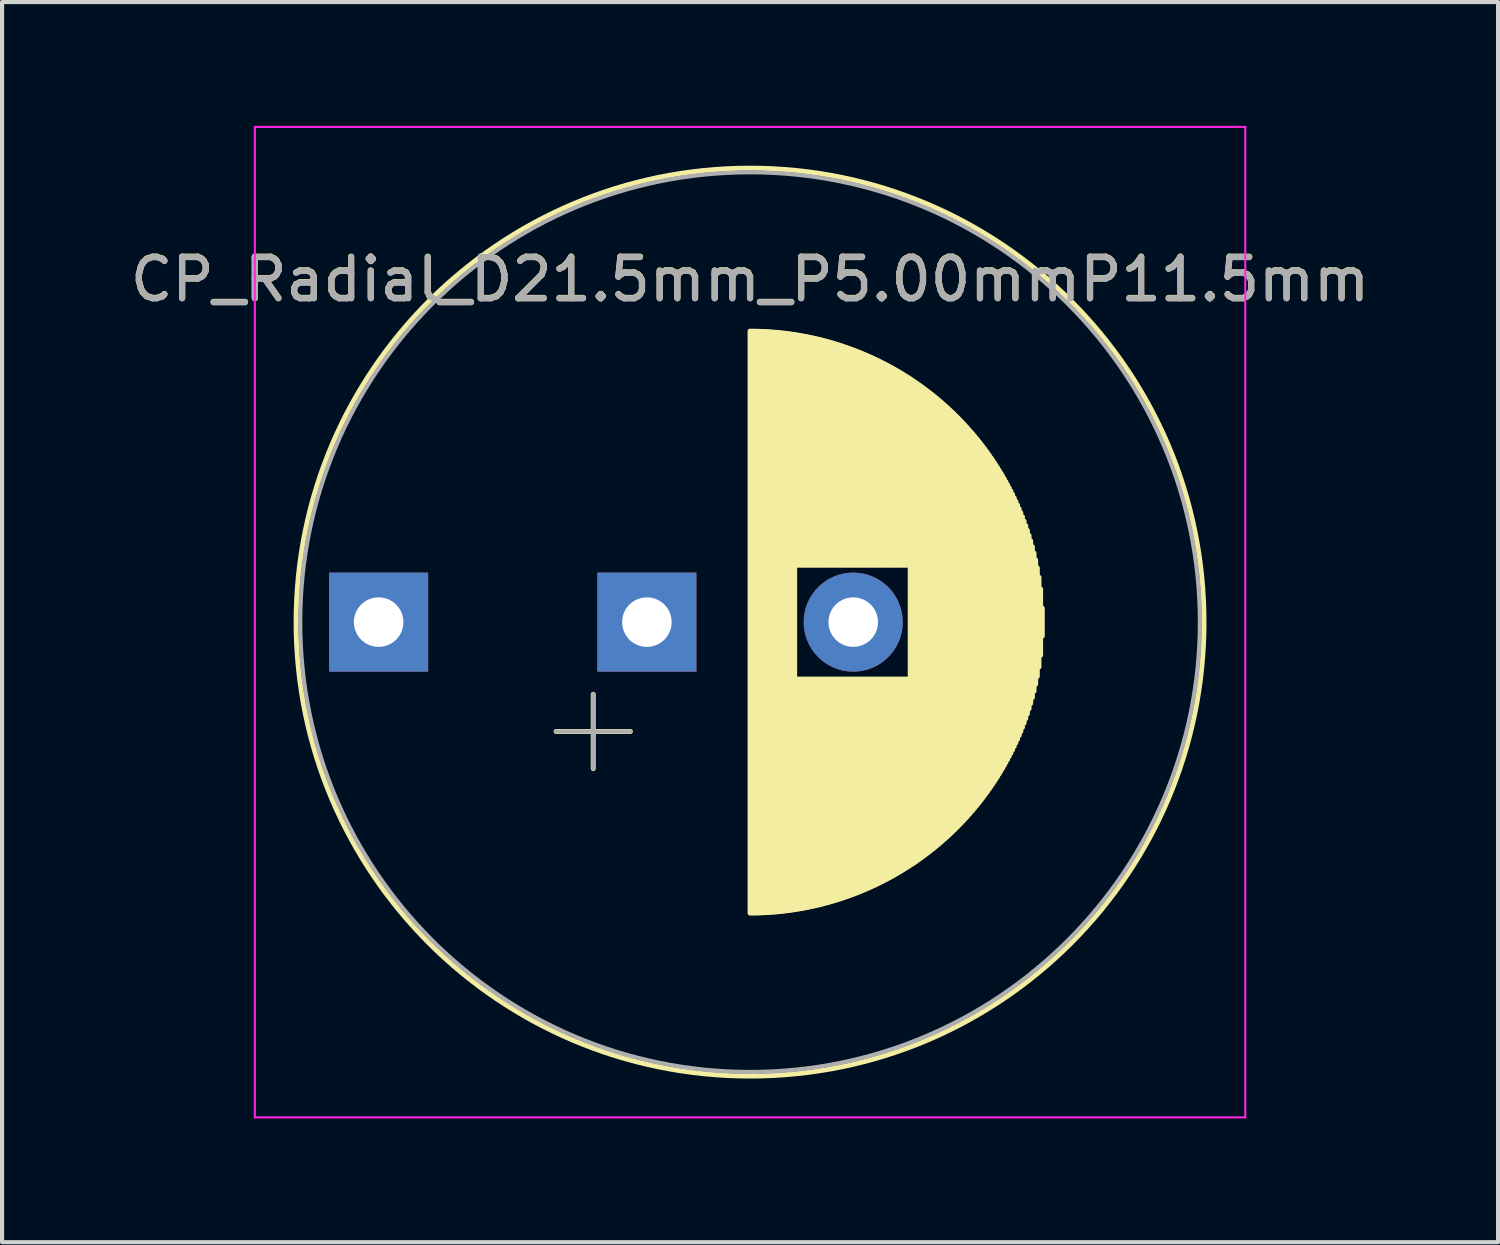
<source format=kicad_pcb>
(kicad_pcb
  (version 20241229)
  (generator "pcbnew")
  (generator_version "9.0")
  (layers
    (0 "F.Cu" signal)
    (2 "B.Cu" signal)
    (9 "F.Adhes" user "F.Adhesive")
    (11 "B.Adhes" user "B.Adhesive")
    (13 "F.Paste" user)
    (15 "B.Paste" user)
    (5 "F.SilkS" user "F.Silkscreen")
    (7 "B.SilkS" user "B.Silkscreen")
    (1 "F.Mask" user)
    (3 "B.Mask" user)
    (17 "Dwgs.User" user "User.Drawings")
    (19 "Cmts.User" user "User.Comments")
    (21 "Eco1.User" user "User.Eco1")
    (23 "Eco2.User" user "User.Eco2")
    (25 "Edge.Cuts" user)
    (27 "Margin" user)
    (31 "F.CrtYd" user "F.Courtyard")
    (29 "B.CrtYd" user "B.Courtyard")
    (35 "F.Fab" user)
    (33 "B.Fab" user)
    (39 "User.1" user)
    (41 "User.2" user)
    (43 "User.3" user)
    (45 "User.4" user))
  (footprint "CP_Radial_D21.5mm_P5.00mmP11.5mm"
    (layer "F.Cu")
    (at 15.125 12.025)
    (property "Reference" "CP_Radial_D21.5mm_P5.00mmP11.5mm" (at 0 -8.31 0) (layer "F.SilkS") (effects (font (size 1 1) (thickness 0.15))))
    (attr through_hole)
    (fp_line (start -4.7 2.65) (end -2.9 2.65) (stroke (width 0.12) (type solid)) (layer "F.SilkS"))
    (fp_line (start -3.8 1.75) (end -3.8 3.55) (stroke (width 0.12) (type solid)) (layer "F.SilkS"))
    (fp_line (start 0 -7.05) (end 0 7.05) (stroke (width 0.12) (type solid)) (layer "F.SilkS"))
    (fp_line (start 0.04 -7.05) (end 0.04 7.05) (stroke (width 0.12) (type solid)) (layer "F.SilkS"))
    (fp_line (start 0.08 -7.05) (end 0.08 7.05) (stroke (width 0.12) (type solid)) (layer "F.SilkS"))
    (fp_line (start 0.12 -7.049) (end 0.12 7.049) (stroke (width 0.12) (type solid)) (layer "F.SilkS"))
    (fp_line (start 0.16 -7.049) (end 0.16 7.049) (stroke (width 0.12) (type solid)) (layer "F.SilkS"))
    (fp_line (start 0.2 -7.048) (end 0.2 7.048) (stroke (width 0.12) (type solid)) (layer "F.SilkS"))
    (fp_line (start 0.24 -7.046) (end 0.24 7.046) (stroke (width 0.12) (type solid)) (layer "F.SilkS"))
    (fp_line (start 0.28 -7.045) (end 0.28 7.045) (stroke (width 0.12) (type solid)) (layer "F.SilkS"))
    (fp_line (start 0.32 -7.043) (end 0.32 7.043) (stroke (width 0.12) (type solid)) (layer "F.SilkS"))
    (fp_line (start 0.36 -7.041) (end 0.36 7.041) (stroke (width 0.12) (type solid)) (layer "F.SilkS"))
    (fp_line (start 0.4 -7.039) (end 0.4 7.039) (stroke (width 0.12) (type solid)) (layer "F.SilkS"))
    (fp_line (start 0.44 -7.037) (end 0.44 7.037) (stroke (width 0.12) (type solid)) (layer "F.SilkS"))
    (fp_line (start 0.48 -7.034) (end 0.48 7.034) (stroke (width 0.12) (type solid)) (layer "F.SilkS"))
    (fp_line (start 0.52 -7.031) (end 0.52 7.031) (stroke (width 0.12) (type solid)) (layer "F.SilkS"))
    (fp_line (start 0.56 -7.028) (end 0.56 7.028) (stroke (width 0.12) (type solid)) (layer "F.SilkS"))
    (fp_line (start 0.6 -7.025) (end 0.6 7.025) (stroke (width 0.12) (type solid)) (layer "F.SilkS"))
    (fp_line (start 0.64 -7.022) (end 0.64 7.022) (stroke (width 0.12) (type solid)) (layer "F.SilkS"))
    (fp_line (start 0.68 -7.018) (end 0.68 7.018) (stroke (width 0.12) (type solid)) (layer "F.SilkS"))
    (fp_line (start 0.721 -7.014) (end 0.721 7.014) (stroke (width 0.12) (type solid)) (layer "F.SilkS"))
    (fp_line (start 0.761 -7.01) (end 0.761 7.01) (stroke (width 0.12) (type solid)) (layer "F.SilkS"))
    (fp_line (start 0.801 -7.005) (end 0.801 7.005) (stroke (width 0.12) (type solid)) (layer "F.SilkS"))
    (fp_line (start 0.841 -7.001) (end 0.841 7.001) (stroke (width 0.12) (type solid)) (layer "F.SilkS"))
    (fp_line (start 0.881 -6.996) (end 0.881 6.996) (stroke (width 0.12) (type solid)) (layer "F.SilkS"))
    (fp_line (start 0.921 -6.991) (end 0.921 6.991) (stroke (width 0.12) (type solid)) (layer "F.SilkS"))
    (fp_line (start 0.961 -6.985) (end 0.961 6.985) (stroke (width 0.12) (type solid)) (layer "F.SilkS"))
    (fp_line (start 1.001 -6.98) (end 1.001 6.98) (stroke (width 0.12) (type solid)) (layer "F.SilkS"))
    (fp_line (start 1.041 -6.974) (end 1.041 6.974) (stroke (width 0.12) (type solid)) (layer "F.SilkS"))
    (fp_line (start 1.081 -6.968) (end 1.081 6.968) (stroke (width 0.12) (type solid)) (layer "F.SilkS"))
    (fp_line (start 1.121 -6.961) (end 1.121 -1.38) (stroke (width 0.12) (type solid)) (layer "F.SilkS"))
    (fp_line (start 1.121 1.38) (end 1.121 6.961) (stroke (width 0.12) (type solid)) (layer "F.SilkS"))
    (fp_line (start 1.161 -6.955) (end 1.161 -1.38) (stroke (width 0.12) (type solid)) (layer "F.SilkS"))
    (fp_line (start 1.161 1.38) (end 1.161 6.955) (stroke (width 0.12) (type solid)) (layer "F.SilkS"))
    (fp_line (start 1.201 -6.948) (end 1.201 -1.38) (stroke (width 0.12) (type solid)) (layer "F.SilkS"))
    (fp_line (start 1.201 1.38) (end 1.201 6.948) (stroke (width 0.12) (type solid)) (layer "F.SilkS"))
    (fp_line (start 1.241 -6.941) (end 1.241 -1.38) (stroke (width 0.12) (type solid)) (layer "F.SilkS"))
    (fp_line (start 1.241 1.38) (end 1.241 6.941) (stroke (width 0.12) (type solid)) (layer "F.SilkS"))
    (fp_line (start 1.281 -6.934) (end 1.281 -1.38) (stroke (width 0.12) (type solid)) (layer "F.SilkS"))
    (fp_line (start 1.281 1.38) (end 1.281 6.934) (stroke (width 0.12) (type solid)) (layer "F.SilkS"))
    (fp_line (start 1.321 -6.927) (end 1.321 -1.38) (stroke (width 0.12) (type solid)) (layer "F.SilkS"))
    (fp_line (start 1.321 1.38) (end 1.321 6.927) (stroke (width 0.12) (type solid)) (layer "F.SilkS"))
    (fp_line (start 1.361 -6.919) (end 1.361 -1.38) (stroke (width 0.12) (type solid)) (layer "F.SilkS"))
    (fp_line (start 1.361 1.38) (end 1.361 6.919) (stroke (width 0.12) (type solid)) (layer "F.SilkS"))
    (fp_line (start 1.401 -6.911) (end 1.401 -1.38) (stroke (width 0.12) (type solid)) (layer "F.SilkS"))
    (fp_line (start 1.401 1.38) (end 1.401 6.911) (stroke (width 0.12) (type solid)) (layer "F.SilkS"))
    (fp_line (start 1.441 -6.903) (end 1.441 -1.38) (stroke (width 0.12) (type solid)) (layer "F.SilkS"))
    (fp_line (start 1.441 1.38) (end 1.441 6.903) (stroke (width 0.12) (type solid)) (layer "F.SilkS"))
    (fp_line (start 1.481 -6.894) (end 1.481 -1.38) (stroke (width 0.12) (type solid)) (layer "F.SilkS"))
    (fp_line (start 1.481 1.38) (end 1.481 6.894) (stroke (width 0.12) (type solid)) (layer "F.SilkS"))
    (fp_line (start 1.521 -6.886) (end 1.521 -1.38) (stroke (width 0.12) (type solid)) (layer "F.SilkS"))
    (fp_line (start 1.521 1.38) (end 1.521 6.886) (stroke (width 0.12) (type solid)) (layer "F.SilkS"))
    (fp_line (start 1.561 -6.877) (end 1.561 -1.38) (stroke (width 0.12) (type solid)) (layer "F.SilkS"))
    (fp_line (start 1.561 1.38) (end 1.561 6.877) (stroke (width 0.12) (type solid)) (layer "F.SilkS"))
    (fp_line (start 1.601 -6.868) (end 1.601 -1.38) (stroke (width 0.12) (type solid)) (layer "F.SilkS"))
    (fp_line (start 1.601 1.38) (end 1.601 6.868) (stroke (width 0.12) (type solid)) (layer "F.SilkS"))
    (fp_line (start 1.641 -6.858) (end 1.641 -1.38) (stroke (width 0.12) (type solid)) (layer "F.SilkS"))
    (fp_line (start 1.641 1.38) (end 1.641 6.858) (stroke (width 0.12) (type solid)) (layer "F.SilkS"))
    (fp_line (start 1.681 -6.849) (end 1.681 -1.38) (stroke (width 0.12) (type solid)) (layer "F.SilkS"))
    (fp_line (start 1.681 1.38) (end 1.681 6.849) (stroke (width 0.12) (type solid)) (layer "F.SilkS"))
    (fp_line (start 1.721 -6.839) (end 1.721 -1.38) (stroke (width 0.12) (type solid)) (layer "F.SilkS"))
    (fp_line (start 1.721 1.38) (end 1.721 6.839) (stroke (width 0.12) (type solid)) (layer "F.SilkS"))
    (fp_line (start 1.761 -6.829) (end 1.761 -1.38) (stroke (width 0.12) (type solid)) (layer "F.SilkS"))
    (fp_line (start 1.761 1.38) (end 1.761 6.829) (stroke (width 0.12) (type solid)) (layer "F.SilkS"))
    (fp_line (start 1.801 -6.818) (end 1.801 -1.38) (stroke (width 0.12) (type solid)) (layer "F.SilkS"))
    (fp_line (start 1.801 1.38) (end 1.801 6.818) (stroke (width 0.12) (type solid)) (layer "F.SilkS"))
    (fp_line (start 1.841 -6.808) (end 1.841 -1.38) (stroke (width 0.12) (type solid)) (layer "F.SilkS"))
    (fp_line (start 1.841 1.38) (end 1.841 6.808) (stroke (width 0.12) (type solid)) (layer "F.SilkS"))
    (fp_line (start 1.881 -6.797) (end 1.881 -1.38) (stroke (width 0.12) (type solid)) (layer "F.SilkS"))
    (fp_line (start 1.881 1.38) (end 1.881 6.797) (stroke (width 0.12) (type solid)) (layer "F.SilkS"))
    (fp_line (start 1.921 -6.786) (end 1.921 -1.38) (stroke (width 0.12) (type solid)) (layer "F.SilkS"))
    (fp_line (start 1.921 1.38) (end 1.921 6.786) (stroke (width 0.12) (type solid)) (layer "F.SilkS"))
    (fp_line (start 1.961 -6.774) (end 1.961 -1.38) (stroke (width 0.12) (type solid)) (layer "F.SilkS"))
    (fp_line (start 1.961 1.38) (end 1.961 6.774) (stroke (width 0.12) (type solid)) (layer "F.SilkS"))
    (fp_line (start 2.001 -6.763) (end 2.001 -1.38) (stroke (width 0.12) (type solid)) (layer "F.SilkS"))
    (fp_line (start 2.001 1.38) (end 2.001 6.763) (stroke (width 0.12) (type solid)) (layer "F.SilkS"))
    (fp_line (start 2.041 -6.751) (end 2.041 -1.38) (stroke (width 0.12) (type solid)) (layer "F.SilkS"))
    (fp_line (start 2.041 1.38) (end 2.041 6.751) (stroke (width 0.12) (type solid)) (layer "F.SilkS"))
    (fp_line (start 2.081 -6.739) (end 2.081 -1.38) (stroke (width 0.12) (type solid)) (layer "F.SilkS"))
    (fp_line (start 2.081 1.38) (end 2.081 6.739) (stroke (width 0.12) (type solid)) (layer "F.SilkS"))
    (fp_line (start 2.121 -6.726) (end 2.121 -1.38) (stroke (width 0.12) (type solid)) (layer "F.SilkS"))
    (fp_line (start 2.121 1.38) (end 2.121 6.726) (stroke (width 0.12) (type solid)) (layer "F.SilkS"))
    (fp_line (start 2.161 -6.713) (end 2.161 -1.38) (stroke (width 0.12) (type solid)) (layer "F.SilkS"))
    (fp_line (start 2.161 1.38) (end 2.161 6.713) (stroke (width 0.12) (type solid)) (layer "F.SilkS"))
    (fp_line (start 2.201 -6.701) (end 2.201 -1.38) (stroke (width 0.12) (type solid)) (layer "F.SilkS"))
    (fp_line (start 2.201 1.38) (end 2.201 6.701) (stroke (width 0.12) (type solid)) (layer "F.SilkS"))
    (fp_line (start 2.241 -6.687) (end 2.241 -1.38) (stroke (width 0.12) (type solid)) (layer "F.SilkS"))
    (fp_line (start 2.241 1.38) (end 2.241 6.687) (stroke (width 0.12) (type solid)) (layer "F.SilkS"))
    (fp_line (start 2.281 -6.674) (end 2.281 -1.38) (stroke (width 0.12) (type solid)) (layer "F.SilkS"))
    (fp_line (start 2.281 1.38) (end 2.281 6.674) (stroke (width 0.12) (type solid)) (layer "F.SilkS"))
    (fp_line (start 2.321 -6.66) (end 2.321 -1.38) (stroke (width 0.12) (type solid)) (layer "F.SilkS"))
    (fp_line (start 2.321 1.38) (end 2.321 6.66) (stroke (width 0.12) (type solid)) (layer "F.SilkS"))
    (fp_line (start 2.361 -6.646) (end 2.361 -1.38) (stroke (width 0.12) (type solid)) (layer "F.SilkS"))
    (fp_line (start 2.361 1.38) (end 2.361 6.646) (stroke (width 0.12) (type solid)) (layer "F.SilkS"))
    (fp_line (start 2.401 -6.632) (end 2.401 -1.38) (stroke (width 0.12) (type solid)) (layer "F.SilkS"))
    (fp_line (start 2.401 1.38) (end 2.401 6.632) (stroke (width 0.12) (type solid)) (layer "F.SilkS"))
    (fp_line (start 2.441 -6.617) (end 2.441 -1.38) (stroke (width 0.12) (type solid)) (layer "F.SilkS"))
    (fp_line (start 2.441 1.38) (end 2.441 6.617) (stroke (width 0.12) (type solid)) (layer "F.SilkS"))
    (fp_line (start 2.481 -6.603) (end 2.481 -1.38) (stroke (width 0.12) (type solid)) (layer "F.SilkS"))
    (fp_line (start 2.481 1.38) (end 2.481 6.603) (stroke (width 0.12) (type solid)) (layer "F.SilkS"))
    (fp_line (start 2.521 -6.588) (end 2.521 -1.38) (stroke (width 0.12) (type solid)) (layer "F.SilkS"))
    (fp_line (start 2.521 1.38) (end 2.521 6.588) (stroke (width 0.12) (type solid)) (layer "F.SilkS"))
    (fp_line (start 2.561 -6.572) (end 2.561 -1.38) (stroke (width 0.12) (type solid)) (layer "F.SilkS"))
    (fp_line (start 2.561 1.38) (end 2.561 6.572) (stroke (width 0.12) (type solid)) (layer "F.SilkS"))
    (fp_line (start 2.601 -6.557) (end 2.601 -1.38) (stroke (width 0.12) (type solid)) (layer "F.SilkS"))
    (fp_line (start 2.601 1.38) (end 2.601 6.557) (stroke (width 0.12) (type solid)) (layer "F.SilkS"))
    (fp_line (start 2.641 -6.541) (end 2.641 -1.38) (stroke (width 0.12) (type solid)) (layer "F.SilkS"))
    (fp_line (start 2.641 1.38) (end 2.641 6.541) (stroke (width 0.12) (type solid)) (layer "F.SilkS"))
    (fp_line (start 2.681 -6.524) (end 2.681 -1.38) (stroke (width 0.12) (type solid)) (layer "F.SilkS"))
    (fp_line (start 2.681 1.38) (end 2.681 6.524) (stroke (width 0.12) (type solid)) (layer "F.SilkS"))
    (fp_line (start 2.721 -6.508) (end 2.721 -1.38) (stroke (width 0.12) (type solid)) (layer "F.SilkS"))
    (fp_line (start 2.721 1.38) (end 2.721 6.508) (stroke (width 0.12) (type solid)) (layer "F.SilkS"))
    (fp_line (start 2.761 -6.491) (end 2.761 -1.38) (stroke (width 0.12) (type solid)) (layer "F.SilkS"))
    (fp_line (start 2.761 1.38) (end 2.761 6.491) (stroke (width 0.12) (type solid)) (layer "F.SilkS"))
    (fp_line (start 2.801 -6.474) (end 2.801 -1.38) (stroke (width 0.12) (type solid)) (layer "F.SilkS"))
    (fp_line (start 2.801 1.38) (end 2.801 6.474) (stroke (width 0.12) (type solid)) (layer "F.SilkS"))
    (fp_line (start 2.841 -6.457) (end 2.841 -1.38) (stroke (width 0.12) (type solid)) (layer "F.SilkS"))
    (fp_line (start 2.841 1.38) (end 2.841 6.457) (stroke (width 0.12) (type solid)) (layer "F.SilkS"))
    (fp_line (start 2.881 -6.439) (end 2.881 -1.38) (stroke (width 0.12) (type solid)) (layer "F.SilkS"))
    (fp_line (start 2.881 1.38) (end 2.881 6.439) (stroke (width 0.12) (type solid)) (layer "F.SilkS"))
    (fp_line (start 2.921 -6.421) (end 2.921 -1.38) (stroke (width 0.12) (type solid)) (layer "F.SilkS"))
    (fp_line (start 2.921 1.38) (end 2.921 6.421) (stroke (width 0.12) (type solid)) (layer "F.SilkS"))
    (fp_line (start 2.961 -6.403) (end 2.961 -1.38) (stroke (width 0.12) (type solid)) (layer "F.SilkS"))
    (fp_line (start 2.961 1.38) (end 2.961 6.403) (stroke (width 0.12) (type solid)) (layer "F.SilkS"))
    (fp_line (start 3.001 -6.385) (end 3.001 -1.38) (stroke (width 0.12) (type solid)) (layer "F.SilkS"))
    (fp_line (start 3.001 1.38) (end 3.001 6.385) (stroke (width 0.12) (type solid)) (layer "F.SilkS"))
    (fp_line (start 3.041 -6.366) (end 3.041 -1.38) (stroke (width 0.12) (type solid)) (layer "F.SilkS"))
    (fp_line (start 3.041 1.38) (end 3.041 6.366) (stroke (width 0.12) (type solid)) (layer "F.SilkS"))
    (fp_line (start 3.081 -6.347) (end 3.081 -1.38) (stroke (width 0.12) (type solid)) (layer "F.SilkS"))
    (fp_line (start 3.081 1.38) (end 3.081 6.347) (stroke (width 0.12) (type solid)) (layer "F.SilkS"))
    (fp_line (start 3.121 -6.327) (end 3.121 -1.38) (stroke (width 0.12) (type solid)) (layer "F.SilkS"))
    (fp_line (start 3.121 1.38) (end 3.121 6.327) (stroke (width 0.12) (type solid)) (layer "F.SilkS"))
    (fp_line (start 3.161 -6.307) (end 3.161 -1.38) (stroke (width 0.12) (type solid)) (layer "F.SilkS"))
    (fp_line (start 3.161 1.38) (end 3.161 6.307) (stroke (width 0.12) (type solid)) (layer "F.SilkS"))
    (fp_line (start 3.201 -6.287) (end 3.201 -1.38) (stroke (width 0.12) (type solid)) (layer "F.SilkS"))
    (fp_line (start 3.201 1.38) (end 3.201 6.287) (stroke (width 0.12) (type solid)) (layer "F.SilkS"))
    (fp_line (start 3.241 -6.267) (end 3.241 -1.38) (stroke (width 0.12) (type solid)) (layer "F.SilkS"))
    (fp_line (start 3.241 1.38) (end 3.241 6.267) (stroke (width 0.12) (type solid)) (layer "F.SilkS"))
    (fp_line (start 3.281 -6.246) (end 3.281 -1.38) (stroke (width 0.12) (type solid)) (layer "F.SilkS"))
    (fp_line (start 3.281 1.38) (end 3.281 6.246) (stroke (width 0.12) (type solid)) (layer "F.SilkS"))
    (fp_line (start 3.321 -6.225) (end 3.321 -1.38) (stroke (width 0.12) (type solid)) (layer "F.SilkS"))
    (fp_line (start 3.321 1.38) (end 3.321 6.225) (stroke (width 0.12) (type solid)) (layer "F.SilkS"))
    (fp_line (start 3.361 -6.204) (end 3.361 -1.38) (stroke (width 0.12) (type solid)) (layer "F.SilkS"))
    (fp_line (start 3.361 1.38) (end 3.361 6.204) (stroke (width 0.12) (type solid)) (layer "F.SilkS"))
    (fp_line (start 3.401 -6.182) (end 3.401 -1.38) (stroke (width 0.12) (type solid)) (layer "F.SilkS"))
    (fp_line (start 3.401 1.38) (end 3.401 6.182) (stroke (width 0.12) (type solid)) (layer "F.SilkS"))
    (fp_line (start 3.441 -6.16) (end 3.441 -1.38) (stroke (width 0.12) (type solid)) (layer "F.SilkS"))
    (fp_line (start 3.441 1.38) (end 3.441 6.16) (stroke (width 0.12) (type solid)) (layer "F.SilkS"))
    (fp_line (start 3.481 -6.138) (end 3.481 -1.38) (stroke (width 0.12) (type solid)) (layer "F.SilkS"))
    (fp_line (start 3.481 1.38) (end 3.481 6.138) (stroke (width 0.12) (type solid)) (layer "F.SilkS"))
    (fp_line (start 3.521 -6.115) (end 3.521 -1.38) (stroke (width 0.12) (type solid)) (layer "F.SilkS"))
    (fp_line (start 3.521 1.38) (end 3.521 6.115) (stroke (width 0.12) (type solid)) (layer "F.SilkS"))
    (fp_line (start 3.561 -6.092) (end 3.561 -1.38) (stroke (width 0.12) (type solid)) (layer "F.SilkS"))
    (fp_line (start 3.561 1.38) (end 3.561 6.092) (stroke (width 0.12) (type solid)) (layer "F.SilkS"))
    (fp_line (start 3.601 -6.069) (end 3.601 -1.38) (stroke (width 0.12) (type solid)) (layer "F.SilkS"))
    (fp_line (start 3.601 1.38) (end 3.601 6.069) (stroke (width 0.12) (type solid)) (layer "F.SilkS"))
    (fp_line (start 3.641 -6.045) (end 3.641 -1.38) (stroke (width 0.12) (type solid)) (layer "F.SilkS"))
    (fp_line (start 3.641 1.38) (end 3.641 6.045) (stroke (width 0.12) (type solid)) (layer "F.SilkS"))
    (fp_line (start 3.681 -6.021) (end 3.681 -1.38) (stroke (width 0.12) (type solid)) (layer "F.SilkS"))
    (fp_line (start 3.681 1.38) (end 3.681 6.021) (stroke (width 0.12) (type solid)) (layer "F.SilkS"))
    (fp_line (start 3.721 -5.996) (end 3.721 -1.38) (stroke (width 0.12) (type solid)) (layer "F.SilkS"))
    (fp_line (start 3.721 1.38) (end 3.721 5.996) (stroke (width 0.12) (type solid)) (layer "F.SilkS"))
    (fp_line (start 3.761 -5.971) (end 3.761 -1.38) (stroke (width 0.12) (type solid)) (layer "F.SilkS"))
    (fp_line (start 3.761 1.38) (end 3.761 5.971) (stroke (width 0.12) (type solid)) (layer "F.SilkS"))
    (fp_line (start 3.801 -5.946) (end 3.801 -1.38) (stroke (width 0.12) (type solid)) (layer "F.SilkS"))
    (fp_line (start 3.801 1.38) (end 3.801 5.946) (stroke (width 0.12) (type solid)) (layer "F.SilkS"))
    (fp_line (start 3.841 -5.921) (end 3.841 -1.38) (stroke (width 0.12) (type solid)) (layer "F.SilkS"))
    (fp_line (start 3.841 1.38) (end 3.841 5.921) (stroke (width 0.12) (type solid)) (layer "F.SilkS"))
    (fp_line (start 3.881 -5.895) (end 3.881 5.895) (stroke (width 0.12) (type solid)) (layer "F.SilkS"))
    (fp_line (start 3.921 -5.868) (end 3.921 5.868) (stroke (width 0.12) (type solid)) (layer "F.SilkS"))
    (fp_line (start 3.961 -5.842) (end 3.961 5.842) (stroke (width 0.12) (type solid)) (layer "F.SilkS"))
    (fp_line (start 4.001 -5.814) (end 4.001 5.814) (stroke (width 0.12) (type solid)) (layer "F.SilkS"))
    (fp_line (start 4.041 -5.787) (end 4.041 5.787) (stroke (width 0.12) (type solid)) (layer "F.SilkS"))
    (fp_line (start 4.081 -5.759) (end 4.081 5.759) (stroke (width 0.12) (type solid)) (layer "F.SilkS"))
    (fp_line (start 4.121 -5.731) (end 4.121 5.731) (stroke (width 0.12) (type solid)) (layer "F.SilkS"))
    (fp_line (start 4.161 -5.702) (end 4.161 5.702) (stroke (width 0.12) (type solid)) (layer "F.SilkS"))
    (fp_line (start 4.201 -5.673) (end 4.201 5.673) (stroke (width 0.12) (type solid)) (layer "F.SilkS"))
    (fp_line (start 4.241 -5.643) (end 4.241 5.643) (stroke (width 0.12) (type solid)) (layer "F.SilkS"))
    (fp_line (start 4.281 -5.613) (end 4.281 5.613) (stroke (width 0.12) (type solid)) (layer "F.SilkS"))
    (fp_line (start 4.321 -5.582) (end 4.321 5.582) (stroke (width 0.12) (type solid)) (layer "F.SilkS"))
    (fp_line (start 4.361 -5.551) (end 4.361 5.551) (stroke (width 0.12) (type solid)) (layer "F.SilkS"))
    (fp_line (start 4.401 -5.52) (end 4.401 5.52) (stroke (width 0.12) (type solid)) (layer "F.SilkS"))
    (fp_line (start 4.441 -5.488) (end 4.441 5.488) (stroke (width 0.12) (type solid)) (layer "F.SilkS"))
    (fp_line (start 4.481 -5.456) (end 4.481 5.456) (stroke (width 0.12) (type solid)) (layer "F.SilkS"))
    (fp_line (start 4.521 -5.423) (end 4.521 5.423) (stroke (width 0.12) (type solid)) (layer "F.SilkS"))
    (fp_line (start 4.561 -5.39) (end 4.561 5.39) (stroke (width 0.12) (type solid)) (layer "F.SilkS"))
    (fp_line (start 4.601 -5.356) (end 4.601 5.356) (stroke (width 0.12) (type solid)) (layer "F.SilkS"))
    (fp_line (start 4.641 -5.321) (end 4.641 5.321) (stroke (width 0.12) (type solid)) (layer "F.SilkS"))
    (fp_line (start 4.681 -5.286) (end 4.681 5.286) (stroke (width 0.12) (type solid)) (layer "F.SilkS"))
    (fp_line (start 4.721 -5.251) (end 4.721 5.251) (stroke (width 0.12) (type solid)) (layer "F.SilkS"))
    (fp_line (start 4.761 -5.215) (end 4.761 5.215) (stroke (width 0.12) (type solid)) (layer "F.SilkS"))
    (fp_line (start 4.801 -5.179) (end 4.801 5.179) (stroke (width 0.12) (type solid)) (layer "F.SilkS"))
    (fp_line (start 4.841 -5.141) (end 4.841 5.141) (stroke (width 0.12) (type solid)) (layer "F.SilkS"))
    (fp_line (start 4.881 -5.104) (end 4.881 5.104) (stroke (width 0.12) (type solid)) (layer "F.SilkS"))
    (fp_line (start 4.921 -5.066) (end 4.921 5.066) (stroke (width 0.12) (type solid)) (layer "F.SilkS"))
    (fp_line (start 4.961 -5.027) (end 4.961 5.027) (stroke (width 0.12) (type solid)) (layer "F.SilkS"))
    (fp_line (start 5.001 -4.987) (end 5.001 4.987) (stroke (width 0.12) (type solid)) (layer "F.SilkS"))
    (fp_line (start 5.041 -4.947) (end 5.041 4.947) (stroke (width 0.12) (type solid)) (layer "F.SilkS"))
    (fp_line (start 5.081 -4.906) (end 5.081 4.906) (stroke (width 0.12) (type solid)) (layer "F.SilkS"))
    (fp_line (start 5.121 -4.865) (end 5.121 4.865) (stroke (width 0.12) (type solid)) (layer "F.SilkS"))
    (fp_line (start 5.161 -4.823) (end 5.161 4.823) (stroke (width 0.12) (type solid)) (layer "F.SilkS"))
    (fp_line (start 5.201 -4.78) (end 5.201 4.78) (stroke (width 0.12) (type solid)) (layer "F.SilkS"))
    (fp_line (start 5.241 -4.737) (end 5.241 4.737) (stroke (width 0.12) (type solid)) (layer "F.SilkS"))
    (fp_line (start 5.281 -4.692) (end 5.281 4.692) (stroke (width 0.12) (type solid)) (layer "F.SilkS"))
    (fp_line (start 5.321 -4.647) (end 5.321 4.647) (stroke (width 0.12) (type solid)) (layer "F.SilkS"))
    (fp_line (start 5.361 -4.601) (end 5.361 4.601) (stroke (width 0.12) (type solid)) (layer "F.SilkS"))
    (fp_line (start 5.401 -4.555) (end 5.401 4.555) (stroke (width 0.12) (type solid)) (layer "F.SilkS"))
    (fp_line (start 5.441 -4.507) (end 5.441 4.507) (stroke (width 0.12) (type solid)) (layer "F.SilkS"))
    (fp_line (start 5.481 -4.459) (end 5.481 4.459) (stroke (width 0.12) (type solid)) (layer "F.SilkS"))
    (fp_line (start 5.521 -4.41) (end 5.521 4.41) (stroke (width 0.12) (type solid)) (layer "F.SilkS"))
    (fp_line (start 5.561 -4.36) (end 5.561 4.36) (stroke (width 0.12) (type solid)) (layer "F.SilkS"))
    (fp_line (start 5.601 -4.309) (end 5.601 4.309) (stroke (width 0.12) (type solid)) (layer "F.SilkS"))
    (fp_line (start 5.641 -4.257) (end 5.641 4.257) (stroke (width 0.12) (type solid)) (layer "F.SilkS"))
    (fp_line (start 5.681 -4.204) (end 5.681 4.204) (stroke (width 0.12) (type solid)) (layer "F.SilkS"))
    (fp_line (start 5.721 -4.15) (end 5.721 4.15) (stroke (width 0.12) (type solid)) (layer "F.SilkS"))
    (fp_line (start 5.761 -4.095) (end 5.761 4.095) (stroke (width 0.12) (type solid)) (layer "F.SilkS"))
    (fp_line (start 5.801 -4.038) (end 5.801 4.038) (stroke (width 0.12) (type solid)) (layer "F.SilkS"))
    (fp_line (start 5.841 -3.981) (end 5.841 3.981) (stroke (width 0.12) (type solid)) (layer "F.SilkS"))
    (fp_line (start 5.881 -3.922) (end 5.881 3.922) (stroke (width 0.12) (type solid)) (layer "F.SilkS"))
    (fp_line (start 5.921 -3.862) (end 5.921 3.862) (stroke (width 0.12) (type solid)) (layer "F.SilkS"))
    (fp_line (start 5.961 -3.801) (end 5.961 3.801) (stroke (width 0.12) (type solid)) (layer "F.SilkS"))
    (fp_line (start 6.001 -3.738) (end 6.001 3.738) (stroke (width 0.12) (type solid)) (layer "F.SilkS"))
    (fp_line (start 6.041 -3.674) (end 6.041 3.674) (stroke (width 0.12) (type solid)) (layer "F.SilkS"))
    (fp_line (start 6.081 -3.608) (end 6.081 3.608) (stroke (width 0.12) (type solid)) (layer "F.SilkS"))
    (fp_line (start 6.121 -3.54) (end 6.121 3.54) (stroke (width 0.12) (type solid)) (layer "F.SilkS"))
    (fp_line (start 6.161 -3.471) (end 6.161 3.471) (stroke (width 0.12) (type solid)) (layer "F.SilkS"))
    (fp_line (start 6.201 -3.4) (end 6.201 3.4) (stroke (width 0.12) (type solid)) (layer "F.SilkS"))
    (fp_line (start 6.241 -3.327) (end 6.241 3.327) (stroke (width 0.12) (type solid)) (layer "F.SilkS"))
    (fp_line (start 6.281 -3.251) (end 6.281 3.251) (stroke (width 0.12) (type solid)) (layer "F.SilkS"))
    (fp_line (start 6.321 -3.174) (end 6.321 3.174) (stroke (width 0.12) (type solid)) (layer "F.SilkS"))
    (fp_line (start 6.361 -3.094) (end 6.361 3.094) (stroke (width 0.12) (type solid)) (layer "F.SilkS"))
    (fp_line (start 6.401 -3.011) (end 6.401 3.011) (stroke (width 0.12) (type solid)) (layer "F.SilkS"))
    (fp_line (start 6.441 -2.926) (end 6.441 2.926) (stroke (width 0.12) (type solid)) (layer "F.SilkS"))
    (fp_line (start 6.481 -2.838) (end 6.481 2.838) (stroke (width 0.12) (type solid)) (layer "F.SilkS"))
    (fp_line (start 6.521 -2.746) (end 6.521 2.746) (stroke (width 0.12) (type solid)) (layer "F.SilkS"))
    (fp_line (start 6.561 -2.65) (end 6.561 2.65) (stroke (width 0.12) (type solid)) (layer "F.SilkS"))
    (fp_line (start 6.601 -2.55) (end 6.601 2.55) (stroke (width 0.12) (type solid)) (layer "F.SilkS"))
    (fp_line (start 6.641 -2.446) (end 6.641 2.446) (stroke (width 0.12) (type solid)) (layer "F.SilkS"))
    (fp_line (start 6.681 -2.337) (end 6.681 2.337) (stroke (width 0.12) (type solid)) (layer "F.SilkS"))
    (fp_line (start 6.721 -2.221) (end 6.721 2.221) (stroke (width 0.12) (type solid)) (layer "F.SilkS"))
    (fp_line (start 6.761 -2.098) (end 6.761 2.098) (stroke (width 0.12) (type solid)) (layer "F.SilkS"))
    (fp_line (start 6.801 -1.968) (end 6.801 1.968) (stroke (width 0.12) (type solid)) (layer "F.SilkS"))
    (fp_line (start 6.841 -1.827) (end 6.841 1.827) (stroke (width 0.12) (type solid)) (layer "F.SilkS"))
    (fp_line (start 6.881 -1.673) (end 6.881 1.673) (stroke (width 0.12) (type solid)) (layer "F.SilkS"))
    (fp_line (start 6.921 -1.504) (end 6.921 1.504) (stroke (width 0.12) (type solid)) (layer "F.SilkS"))
    (fp_line (start 6.961 -1.312) (end 6.961 1.312) (stroke (width 0.12) (type solid)) (layer "F.SilkS"))
    (fp_line (start 7.001 -1.087) (end 7.001 1.087) (stroke (width 0.12) (type solid)) (layer "F.SilkS"))
    (fp_line (start 7.041 -0.801) (end 7.041 0.801) (stroke (width 0.12) (type solid)) (layer "F.SilkS"))
    (fp_line (start 7.081 -0.337) (end 7.081 0.337) (stroke (width 0.12) (type solid)) (layer "F.SilkS"))
    (fp_circle (center 0 0) (end 11 0) (stroke (width 0.12) (type solid)) (fill no) (layer "F.SilkS"))
    (fp_line (start -12 -12) (end -12 12) (stroke (width 0.05) (type solid)) (layer "F.CrtYd"))
    (fp_line (start -12 12) (end 12 12) (stroke (width 0.05) (type solid)) (layer "F.CrtYd"))
    (fp_line (start 12 -12) (end -12 -12) (stroke (width 0.05) (type solid)) (layer "F.CrtYd"))
    (fp_line (start 12 12) (end 12 -12) (stroke (width 0.05) (type solid)) (layer "F.CrtYd"))
    (fp_line (start -4.7 2.65) (end -2.9 2.65) (stroke (width 0.1) (type solid)) (layer "F.Fab"))
    (fp_line (start -3.8 1.75) (end -3.8 3.55) (stroke (width 0.1) (type solid)) (layer "F.Fab"))
    (fp_circle (center 0 0) (end 10.9 0) (stroke (width 0.1) (type solid)) (fill no) (layer "F.Fab"))
    (fp_text user "${REFERENCE}" (at 0 -8.3 0) (layer "F.Fab") (effects (font (size 1 1) (thickness 0.15))))
    (pad "1" thru_hole rect (at -9 0) (size 2.4 2.4) (drill 1.2) (layers "*.Cu" "*.Mask"))
    (pad "1" thru_hole rect (at -2.5 0) (size 2.4 2.4) (drill 1.2) (layers "*.Cu" "*.Mask"))
    (pad "2" thru_hole circle (at 2.5 0) (size 2.4 2.4) (drill 1.2) (layers "*.Cu" "*.Mask")))
  (gr_rect
    (start -3 -3)
    (end 33.25 27.05)
    (stroke (width 0.1) (type default))
    (fill no)
    (layer "Edge.Cuts")))
</source>
